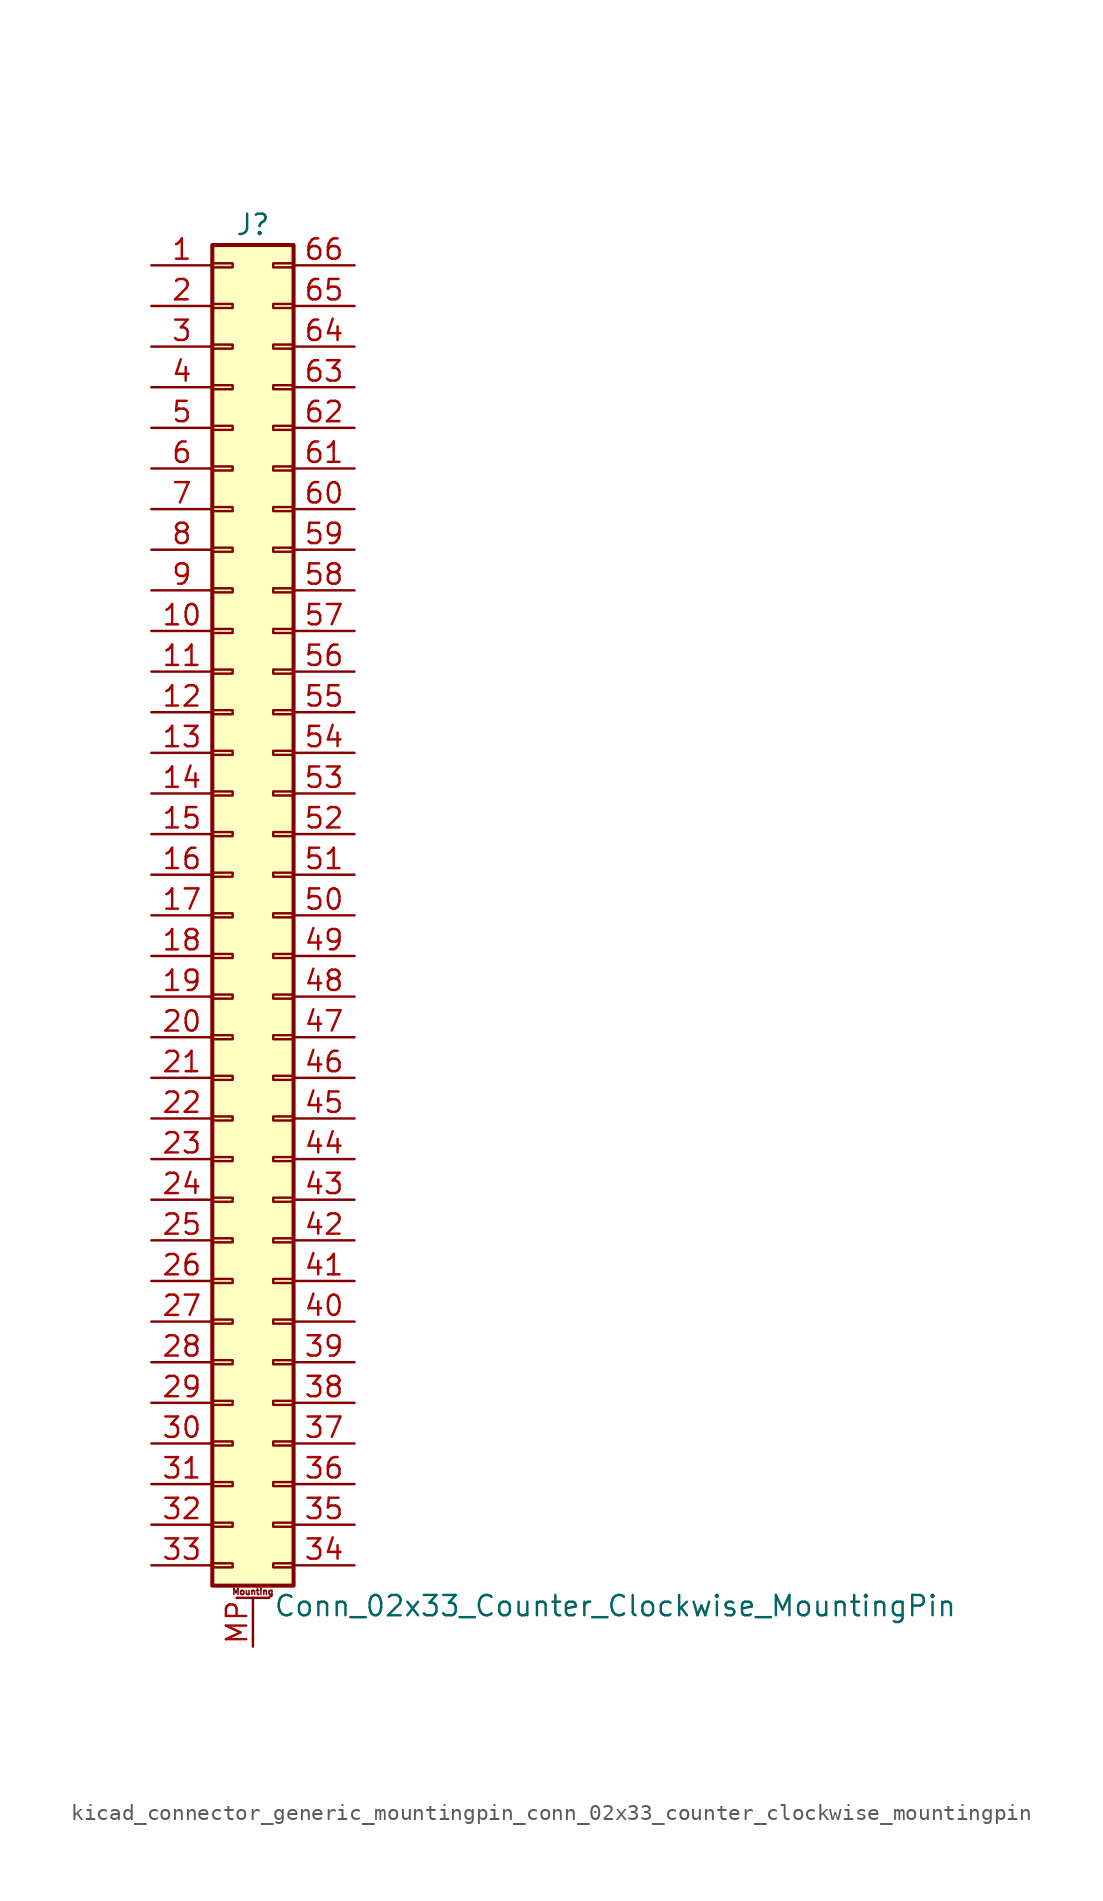
<source format=kicad_sym>
(kicad_symbol_lib
  (version 20220914)
  (generator kicad_symbol_editor)
  (symbol "kicad_connector_generic_mountingpin_conn_02x33_counter_clockwise_mountingpin"
    (pin_names
      (offset 1.016) hide)
    (property "Reference" "J"
      (at 1.27 43.18 0)
      (effects (font (size 1.27 1.27))))
    (property "Value" "Conn_02x33_Counter_Clockwise_MountingPin"
      (at 2.54 -43.18 0)
      (effects (font (size 1.27 1.27)) (justify left)))
    (symbol "kicad_connector_generic_mountingpin_conn_02x33_counter_clockwise_mountingpin_1_1"
      (rectangle (start -1.27 -40.513) (end 0 -40.767) (stroke (width 0.152) (type default)) (fill (type none)))
      (rectangle (start -1.27 -37.973) (end 0 -38.227) (stroke (width 0.152) (type default)) (fill (type none)))
      (rectangle (start -1.27 -35.433) (end 0 -35.687) (stroke (width 0.152) (type default)) (fill (type none)))
      (rectangle (start -1.27 -32.893) (end 0 -33.147) (stroke (width 0.152) (type default)) (fill (type none)))
      (rectangle (start -1.27 -30.353) (end 0 -30.607) (stroke (width 0.152) (type default)) (fill (type none)))
      (rectangle (start -1.27 -27.813) (end 0 -28.067) (stroke (width 0.152) (type default)) (fill (type none)))
      (rectangle (start -1.27 -25.273) (end 0 -25.527) (stroke (width 0.152) (type default)) (fill (type none)))
      (rectangle (start -1.27 -22.733) (end 0 -22.987) (stroke (width 0.152) (type default)) (fill (type none)))
      (rectangle (start -1.27 -20.193) (end 0 -20.447) (stroke (width 0.152) (type default)) (fill (type none)))
      (rectangle (start -1.27 -17.653) (end 0 -17.907) (stroke (width 0.152) (type default)) (fill (type none)))
      (rectangle (start -1.27 -15.113) (end 0 -15.367) (stroke (width 0.152) (type default)) (fill (type none)))
      (rectangle (start -1.27 -12.573) (end 0 -12.827) (stroke (width 0.152) (type default)) (fill (type none)))
      (rectangle (start -1.27 -10.033) (end 0 -10.287) (stroke (width 0.152) (type default)) (fill (type none)))
      (rectangle (start -1.27 -7.493) (end 0 -7.747) (stroke (width 0.152) (type default)) (fill (type none)))
      (rectangle (start -1.27 -4.953) (end 0 -5.207) (stroke (width 0.152) (type default)) (fill (type none)))
      (rectangle (start -1.27 -2.413) (end 0 -2.667) (stroke (width 0.152) (type default)) (fill (type none)))
      (rectangle (start -1.27 0.127) (end 0 -0.127) (stroke (width 0.152) (type default)) (fill (type none)))
      (rectangle (start -1.27 2.667) (end 0 2.413) (stroke (width 0.152) (type default)) (fill (type none)))
      (rectangle (start -1.27 5.207) (end 0 4.953) (stroke (width 0.152) (type default)) (fill (type none)))
      (rectangle (start -1.27 7.747) (end 0 7.493) (stroke (width 0.152) (type default)) (fill (type none)))
      (rectangle (start -1.27 10.287) (end 0 10.033) (stroke (width 0.152) (type default)) (fill (type none)))
      (rectangle (start -1.27 12.827) (end 0 12.573) (stroke (width 0.152) (type default)) (fill (type none)))
      (rectangle (start -1.27 15.367) (end 0 15.113) (stroke (width 0.152) (type default)) (fill (type none)))
      (rectangle (start -1.27 17.907) (end 0 17.653) (stroke (width 0.152) (type default)) (fill (type none)))
      (rectangle (start -1.27 20.447) (end 0 20.193) (stroke (width 0.152) (type default)) (fill (type none)))
      (rectangle (start -1.27 22.987) (end 0 22.733) (stroke (width 0.152) (type default)) (fill (type none)))
      (rectangle (start -1.27 25.527) (end 0 25.273) (stroke (width 0.152) (type default)) (fill (type none)))
      (rectangle (start -1.27 28.067) (end 0 27.813) (stroke (width 0.152) (type default)) (fill (type none)))
      (rectangle (start -1.27 30.607) (end 0 30.353) (stroke (width 0.152) (type default)) (fill (type none)))
      (rectangle (start -1.27 33.147) (end 0 32.893) (stroke (width 0.152) (type default)) (fill (type none)))
      (rectangle (start -1.27 35.687) (end 0 35.433) (stroke (width 0.152) (type default)) (fill (type none)))
      (rectangle (start -1.27 38.227) (end 0 37.973) (stroke (width 0.152) (type default)) (fill (type none)))
      (rectangle (start -1.27 40.767) (end 0 40.513) (stroke (width 0.152) (type default)) (fill (type none)))
      (rectangle (start -1.27 41.91) (end 3.81 -41.91) (stroke (width 0.254) (type default)) (fill (type background)))
      (polyline (pts (xy 0.254 -42.672) (xy 2.286 -42.672)) (stroke (width 0.152) (type default)) (fill (type none)))
      (rectangle (start 3.81 -40.513) (end 2.54 -40.767) (stroke (width 0.152) (type default)) (fill (type none)))
      (rectangle (start 3.81 -37.973) (end 2.54 -38.227) (stroke (width 0.152) (type default)) (fill (type none)))
      (rectangle (start 3.81 -35.433) (end 2.54 -35.687) (stroke (width 0.152) (type default)) (fill (type none)))
      (rectangle (start 3.81 -32.893) (end 2.54 -33.147) (stroke (width 0.152) (type default)) (fill (type none)))
      (rectangle (start 3.81 -30.353) (end 2.54 -30.607) (stroke (width 0.152) (type default)) (fill (type none)))
      (rectangle (start 3.81 -27.813) (end 2.54 -28.067) (stroke (width 0.152) (type default)) (fill (type none)))
      (rectangle (start 3.81 -25.273) (end 2.54 -25.527) (stroke (width 0.152) (type default)) (fill (type none)))
      (rectangle (start 3.81 -22.733) (end 2.54 -22.987) (stroke (width 0.152) (type default)) (fill (type none)))
      (rectangle (start 3.81 -20.193) (end 2.54 -20.447) (stroke (width 0.152) (type default)) (fill (type none)))
      (rectangle (start 3.81 -17.653) (end 2.54 -17.907) (stroke (width 0.152) (type default)) (fill (type none)))
      (rectangle (start 3.81 -15.113) (end 2.54 -15.367) (stroke (width 0.152) (type default)) (fill (type none)))
      (rectangle (start 3.81 -12.573) (end 2.54 -12.827) (stroke (width 0.152) (type default)) (fill (type none)))
      (rectangle (start 3.81 -10.033) (end 2.54 -10.287) (stroke (width 0.152) (type default)) (fill (type none)))
      (rectangle (start 3.81 -7.493) (end 2.54 -7.747) (stroke (width 0.152) (type default)) (fill (type none)))
      (rectangle (start 3.81 -4.953) (end 2.54 -5.207) (stroke (width 0.152) (type default)) (fill (type none)))
      (rectangle (start 3.81 -2.413) (end 2.54 -2.667) (stroke (width 0.152) (type default)) (fill (type none)))
      (rectangle (start 3.81 0.127) (end 2.54 -0.127) (stroke (width 0.152) (type default)) (fill (type none)))
      (rectangle (start 3.81 2.667) (end 2.54 2.413) (stroke (width 0.152) (type default)) (fill (type none)))
      (rectangle (start 3.81 5.207) (end 2.54 4.953) (stroke (width 0.152) (type default)) (fill (type none)))
      (rectangle (start 3.81 7.747) (end 2.54 7.493) (stroke (width 0.152) (type default)) (fill (type none)))
      (rectangle (start 3.81 10.287) (end 2.54 10.033) (stroke (width 0.152) (type default)) (fill (type none)))
      (rectangle (start 3.81 12.827) (end 2.54 12.573) (stroke (width 0.152) (type default)) (fill (type none)))
      (rectangle (start 3.81 15.367) (end 2.54 15.113) (stroke (width 0.152) (type default)) (fill (type none)))
      (rectangle (start 3.81 17.907) (end 2.54 17.653) (stroke (width 0.152) (type default)) (fill (type none)))
      (rectangle (start 3.81 20.447) (end 2.54 20.193) (stroke (width 0.152) (type default)) (fill (type none)))
      (rectangle (start 3.81 22.987) (end 2.54 22.733) (stroke (width 0.152) (type default)) (fill (type none)))
      (rectangle (start 3.81 25.527) (end 2.54 25.273) (stroke (width 0.152) (type default)) (fill (type none)))
      (rectangle (start 3.81 28.067) (end 2.54 27.813) (stroke (width 0.152) (type default)) (fill (type none)))
      (rectangle (start 3.81 30.607) (end 2.54 30.353) (stroke (width 0.152) (type default)) (fill (type none)))
      (rectangle (start 3.81 33.147) (end 2.54 32.893) (stroke (width 0.152) (type default)) (fill (type none)))
      (rectangle (start 3.81 35.687) (end 2.54 35.433) (stroke (width 0.152) (type default)) (fill (type none)))
      (rectangle (start 3.81 38.227) (end 2.54 37.973) (stroke (width 0.152) (type default)) (fill (type none)))
      (rectangle (start 3.81 40.767) (end 2.54 40.513) (stroke (width 0.152) (type default)) (fill (type none)))
      (text "Mounting" (at 1.27 -42.291 0) (effects (font (size 0.381 0.381))))
      (pin passive line (at -5.08 40.64 0) (length 3.81) (name "Pin_1" (effects (font (size 1.27 1.27)))) (number "1" (effects (font (size 1.27 1.27)))))
      (pin passive line (at -5.08 17.78 0) (length 3.81) (name "Pin_10" (effects (font (size 1.27 1.27)))) (number "10" (effects (font (size 1.27 1.27)))))
      (pin passive line (at -5.08 15.24 0) (length 3.81) (name "Pin_11" (effects (font (size 1.27 1.27)))) (number "11" (effects (font (size 1.27 1.27)))))
      (pin passive line (at -5.08 12.7 0) (length 3.81) (name "Pin_12" (effects (font (size 1.27 1.27)))) (number "12" (effects (font (size 1.27 1.27)))))
      (pin passive line (at -5.08 10.16 0) (length 3.81) (name "Pin_13" (effects (font (size 1.27 1.27)))) (number "13" (effects (font (size 1.27 1.27)))))
      (pin passive line (at -5.08 7.62 0) (length 3.81) (name "Pin_14" (effects (font (size 1.27 1.27)))) (number "14" (effects (font (size 1.27 1.27)))))
      (pin passive line (at -5.08 5.08 0) (length 3.81) (name "Pin_15" (effects (font (size 1.27 1.27)))) (number "15" (effects (font (size 1.27 1.27)))))
      (pin passive line (at -5.08 2.54 0) (length 3.81) (name "Pin_16" (effects (font (size 1.27 1.27)))) (number "16" (effects (font (size 1.27 1.27)))))
      (pin passive line (at -5.08 0 0) (length 3.81) (name "Pin_17" (effects (font (size 1.27 1.27)))) (number "17" (effects (font (size 1.27 1.27)))))
      (pin passive line (at -5.08 -2.54 0) (length 3.81) (name "Pin_18" (effects (font (size 1.27 1.27)))) (number "18" (effects (font (size 1.27 1.27)))))
      (pin passive line (at -5.08 -5.08 0) (length 3.81) (name "Pin_19" (effects (font (size 1.27 1.27)))) (number "19" (effects (font (size 1.27 1.27)))))
      (pin passive line (at -5.08 38.1 0) (length 3.81) (name "Pin_2" (effects (font (size 1.27 1.27)))) (number "2" (effects (font (size 1.27 1.27)))))
      (pin passive line (at -5.08 -7.62 0) (length 3.81) (name "Pin_20" (effects (font (size 1.27 1.27)))) (number "20" (effects (font (size 1.27 1.27)))))
      (pin passive line (at -5.08 -10.16 0) (length 3.81) (name "Pin_21" (effects (font (size 1.27 1.27)))) (number "21" (effects (font (size 1.27 1.27)))))
      (pin passive line (at -5.08 -12.7 0) (length 3.81) (name "Pin_22" (effects (font (size 1.27 1.27)))) (number "22" (effects (font (size 1.27 1.27)))))
      (pin passive line (at -5.08 -15.24 0) (length 3.81) (name "Pin_23" (effects (font (size 1.27 1.27)))) (number "23" (effects (font (size 1.27 1.27)))))
      (pin passive line (at -5.08 -17.78 0) (length 3.81) (name "Pin_24" (effects (font (size 1.27 1.27)))) (number "24" (effects (font (size 1.27 1.27)))))
      (pin passive line (at -5.08 -20.32 0) (length 3.81) (name "Pin_25" (effects (font (size 1.27 1.27)))) (number "25" (effects (font (size 1.27 1.27)))))
      (pin passive line (at -5.08 -22.86 0) (length 3.81) (name "Pin_26" (effects (font (size 1.27 1.27)))) (number "26" (effects (font (size 1.27 1.27)))))
      (pin passive line (at -5.08 -25.4 0) (length 3.81) (name "Pin_27" (effects (font (size 1.27 1.27)))) (number "27" (effects (font (size 1.27 1.27)))))
      (pin passive line (at -5.08 -27.94 0) (length 3.81) (name "Pin_28" (effects (font (size 1.27 1.27)))) (number "28" (effects (font (size 1.27 1.27)))))
      (pin passive line (at -5.08 -30.48 0) (length 3.81) (name "Pin_29" (effects (font (size 1.27 1.27)))) (number "29" (effects (font (size 1.27 1.27)))))
      (pin passive line (at -5.08 35.56 0) (length 3.81) (name "Pin_3" (effects (font (size 1.27 1.27)))) (number "3" (effects (font (size 1.27 1.27)))))
      (pin passive line (at -5.08 -33.02 0) (length 3.81) (name "Pin_30" (effects (font (size 1.27 1.27)))) (number "30" (effects (font (size 1.27 1.27)))))
      (pin passive line (at -5.08 -35.56 0) (length 3.81) (name "Pin_31" (effects (font (size 1.27 1.27)))) (number "31" (effects (font (size 1.27 1.27)))))
      (pin passive line (at -5.08 -38.1 0) (length 3.81) (name "Pin_32" (effects (font (size 1.27 1.27)))) (number "32" (effects (font (size 1.27 1.27)))))
      (pin passive line (at -5.08 -40.64 0) (length 3.81) (name "Pin_33" (effects (font (size 1.27 1.27)))) (number "33" (effects (font (size 1.27 1.27)))))
      (pin passive line (at 7.62 -40.64 180) (length 3.81) (name "Pin_34" (effects (font (size 1.27 1.27)))) (number "34" (effects (font (size 1.27 1.27)))))
      (pin passive line (at 7.62 -38.1 180) (length 3.81) (name "Pin_35" (effects (font (size 1.27 1.27)))) (number "35" (effects (font (size 1.27 1.27)))))
      (pin passive line (at 7.62 -35.56 180) (length 3.81) (name "Pin_36" (effects (font (size 1.27 1.27)))) (number "36" (effects (font (size 1.27 1.27)))))
      (pin passive line (at 7.62 -33.02 180) (length 3.81) (name "Pin_37" (effects (font (size 1.27 1.27)))) (number "37" (effects (font (size 1.27 1.27)))))
      (pin passive line (at 7.62 -30.48 180) (length 3.81) (name "Pin_38" (effects (font (size 1.27 1.27)))) (number "38" (effects (font (size 1.27 1.27)))))
      (pin passive line (at 7.62 -27.94 180) (length 3.81) (name "Pin_39" (effects (font (size 1.27 1.27)))) (number "39" (effects (font (size 1.27 1.27)))))
      (pin passive line (at -5.08 33.02 0) (length 3.81) (name "Pin_4" (effects (font (size 1.27 1.27)))) (number "4" (effects (font (size 1.27 1.27)))))
      (pin passive line (at 7.62 -25.4 180) (length 3.81) (name "Pin_40" (effects (font (size 1.27 1.27)))) (number "40" (effects (font (size 1.27 1.27)))))
      (pin passive line (at 7.62 -22.86 180) (length 3.81) (name "Pin_41" (effects (font (size 1.27 1.27)))) (number "41" (effects (font (size 1.27 1.27)))))
      (pin passive line (at 7.62 -20.32 180) (length 3.81) (name "Pin_42" (effects (font (size 1.27 1.27)))) (number "42" (effects (font (size 1.27 1.27)))))
      (pin passive line (at 7.62 -17.78 180) (length 3.81) (name "Pin_43" (effects (font (size 1.27 1.27)))) (number "43" (effects (font (size 1.27 1.27)))))
      (pin passive line (at 7.62 -15.24 180) (length 3.81) (name "Pin_44" (effects (font (size 1.27 1.27)))) (number "44" (effects (font (size 1.27 1.27)))))
      (pin passive line (at 7.62 -12.7 180) (length 3.81) (name "Pin_45" (effects (font (size 1.27 1.27)))) (number "45" (effects (font (size 1.27 1.27)))))
      (pin passive line (at 7.62 -10.16 180) (length 3.81) (name "Pin_46" (effects (font (size 1.27 1.27)))) (number "46" (effects (font (size 1.27 1.27)))))
      (pin passive line (at 7.62 -7.62 180) (length 3.81) (name "Pin_47" (effects (font (size 1.27 1.27)))) (number "47" (effects (font (size 1.27 1.27)))))
      (pin passive line (at 7.62 -5.08 180) (length 3.81) (name "Pin_48" (effects (font (size 1.27 1.27)))) (number "48" (effects (font (size 1.27 1.27)))))
      (pin passive line (at 7.62 -2.54 180) (length 3.81) (name "Pin_49" (effects (font (size 1.27 1.27)))) (number "49" (effects (font (size 1.27 1.27)))))
      (pin passive line (at -5.08 30.48 0) (length 3.81) (name "Pin_5" (effects (font (size 1.27 1.27)))) (number "5" (effects (font (size 1.27 1.27)))))
      (pin passive line (at 7.62 0 180) (length 3.81) (name "Pin_50" (effects (font (size 1.27 1.27)))) (number "50" (effects (font (size 1.27 1.27)))))
      (pin passive line (at 7.62 2.54 180) (length 3.81) (name "Pin_51" (effects (font (size 1.27 1.27)))) (number "51" (effects (font (size 1.27 1.27)))))
      (pin passive line (at 7.62 5.08 180) (length 3.81) (name "Pin_52" (effects (font (size 1.27 1.27)))) (number "52" (effects (font (size 1.27 1.27)))))
      (pin passive line (at 7.62 7.62 180) (length 3.81) (name "Pin_53" (effects (font (size 1.27 1.27)))) (number "53" (effects (font (size 1.27 1.27)))))
      (pin passive line (at 7.62 10.16 180) (length 3.81) (name "Pin_54" (effects (font (size 1.27 1.27)))) (number "54" (effects (font (size 1.27 1.27)))))
      (pin passive line (at 7.62 12.7 180) (length 3.81) (name "Pin_55" (effects (font (size 1.27 1.27)))) (number "55" (effects (font (size 1.27 1.27)))))
      (pin passive line (at 7.62 15.24 180) (length 3.81) (name "Pin_56" (effects (font (size 1.27 1.27)))) (number "56" (effects (font (size 1.27 1.27)))))
      (pin passive line (at 7.62 17.78 180) (length 3.81) (name "Pin_57" (effects (font (size 1.27 1.27)))) (number "57" (effects (font (size 1.27 1.27)))))
      (pin passive line (at 7.62 20.32 180) (length 3.81) (name "Pin_58" (effects (font (size 1.27 1.27)))) (number "58" (effects (font (size 1.27 1.27)))))
      (pin passive line (at 7.62 22.86 180) (length 3.81) (name "Pin_59" (effects (font (size 1.27 1.27)))) (number "59" (effects (font (size 1.27 1.27)))))
      (pin passive line (at -5.08 27.94 0) (length 3.81) (name "Pin_6" (effects (font (size 1.27 1.27)))) (number "6" (effects (font (size 1.27 1.27)))))
      (pin passive line (at 7.62 25.4 180) (length 3.81) (name "Pin_60" (effects (font (size 1.27 1.27)))) (number "60" (effects (font (size 1.27 1.27)))))
      (pin passive line (at 7.62 27.94 180) (length 3.81) (name "Pin_61" (effects (font (size 1.27 1.27)))) (number "61" (effects (font (size 1.27 1.27)))))
      (pin passive line (at 7.62 30.48 180) (length 3.81) (name "Pin_62" (effects (font (size 1.27 1.27)))) (number "62" (effects (font (size 1.27 1.27)))))
      (pin passive line (at 7.62 33.02 180) (length 3.81) (name "Pin_63" (effects (font (size 1.27 1.27)))) (number "63" (effects (font (size 1.27 1.27)))))
      (pin passive line (at 7.62 35.56 180) (length 3.81) (name "Pin_64" (effects (font (size 1.27 1.27)))) (number "64" (effects (font (size 1.27 1.27)))))
      (pin passive line (at 7.62 38.1 180) (length 3.81) (name "Pin_65" (effects (font (size 1.27 1.27)))) (number "65" (effects (font (size 1.27 1.27)))))
      (pin passive line (at 7.62 40.64 180) (length 3.81) (name "Pin_66" (effects (font (size 1.27 1.27)))) (number "66" (effects (font (size 1.27 1.27)))))
      (pin passive line (at -5.08 25.4 0) (length 3.81) (name "Pin_7" (effects (font (size 1.27 1.27)))) (number "7" (effects (font (size 1.27 1.27)))))
      (pin passive line (at -5.08 22.86 0) (length 3.81) (name "Pin_8" (effects (font (size 1.27 1.27)))) (number "8" (effects (font (size 1.27 1.27)))))
      (pin passive line (at -5.08 20.32 0) (length 3.81) (name "Pin_9" (effects (font (size 1.27 1.27)))) (number "9" (effects (font (size 1.27 1.27)))))
      (pin passive line (at 1.27 -45.72 90) (length 3.048) (name "MountPin" (effects (font (size 1.27 1.27)))) (number "MP" (effects (font (size 1.27 1.27))))))))
</source>
